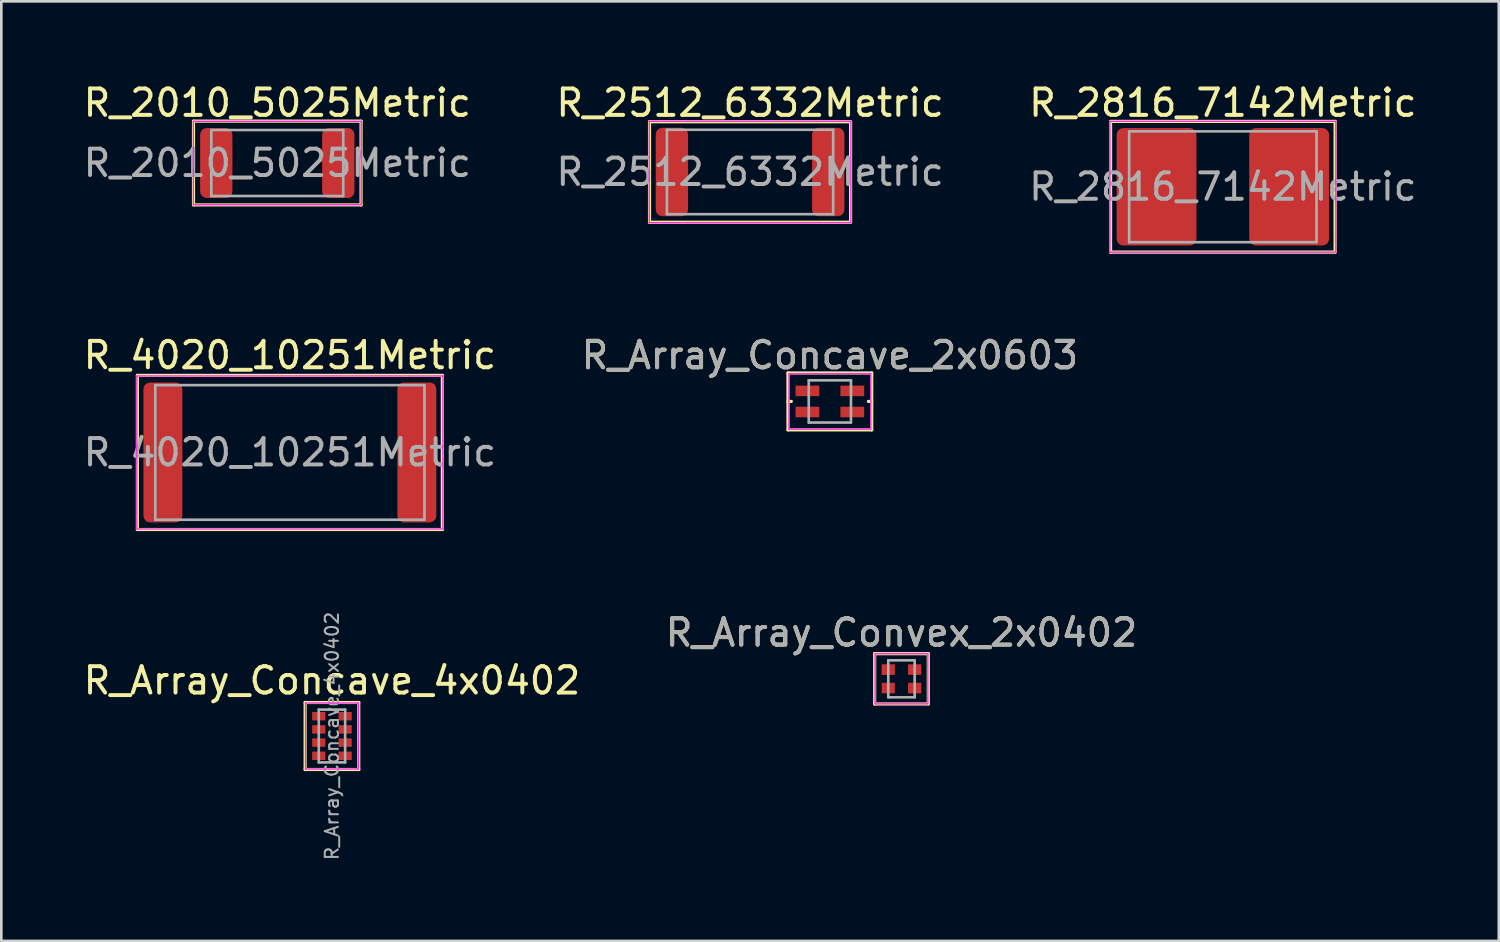
<source format=kicad_pcb>
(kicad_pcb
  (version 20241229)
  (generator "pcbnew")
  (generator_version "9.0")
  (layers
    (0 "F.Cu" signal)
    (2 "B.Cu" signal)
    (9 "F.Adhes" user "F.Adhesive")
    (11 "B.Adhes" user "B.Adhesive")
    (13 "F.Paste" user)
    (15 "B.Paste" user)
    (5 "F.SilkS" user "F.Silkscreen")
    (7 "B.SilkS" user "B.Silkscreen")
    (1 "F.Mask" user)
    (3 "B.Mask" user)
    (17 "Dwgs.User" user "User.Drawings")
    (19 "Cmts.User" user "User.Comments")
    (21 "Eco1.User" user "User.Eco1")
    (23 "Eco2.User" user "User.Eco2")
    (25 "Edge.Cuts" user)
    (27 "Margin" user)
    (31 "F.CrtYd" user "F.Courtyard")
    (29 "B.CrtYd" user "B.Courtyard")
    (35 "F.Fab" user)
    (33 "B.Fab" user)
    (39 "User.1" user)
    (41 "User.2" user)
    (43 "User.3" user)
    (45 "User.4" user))
  (footprint "R_4020_10251Metric"
    (layer "F.Cu")
    (at 7.935 14.096)
    (property "Reference" "R_4020_10251Metric" (at 0 -3.683 0) (layer "F.SilkS") (effects (font (size 1 1) (thickness 0.15))))
    (attr smd)
    (fp_line (start -5.779 -2.921) (end -5.779 2.921) (stroke (width 0.12) (type solid)) (layer "F.SilkS"))
    (fp_line (start -5.779 2.921) (end 5.779 2.921) (stroke (width 0.12) (type solid)) (layer "F.SilkS"))
    (fp_line (start 5.779 -2.921) (end -5.779 -2.921) (stroke (width 0.12) (type solid)) (layer "F.SilkS"))
    (fp_line (start 5.779 2.921) (end 5.779 -2.921) (stroke (width 0.12) (type solid)) (layer "F.SilkS"))
    (fp_line (start -5.8 -2.9) (end 5.8 -2.9) (stroke (width 0.05) (type solid)) (layer "F.CrtYd"))
    (fp_line (start -5.8 2.9) (end -5.8 -2.9) (stroke (width 0.05) (type solid)) (layer "F.CrtYd"))
    (fp_line (start 5.8 -2.9) (end 5.8 2.9) (stroke (width 0.05) (type solid)) (layer "F.CrtYd"))
    (fp_line (start 5.8 2.9) (end -5.8 2.9) (stroke (width 0.05) (type solid)) (layer "F.CrtYd"))
    (fp_line (start -5.1 -2.55) (end 5.1 -2.55) (stroke (width 0.1) (type solid)) (layer "F.Fab"))
    (fp_line (start -5.1 2.55) (end -5.1 -2.55) (stroke (width 0.1) (type solid)) (layer "F.Fab"))
    (fp_line (start 5.1 -2.55) (end 5.1 2.55) (stroke (width 0.1) (type solid)) (layer "F.Fab"))
    (fp_line (start 5.1 2.55) (end -5.1 2.55) (stroke (width 0.1) (type solid)) (layer "F.Fab"))
    (fp_text user "${REFERENCE}" (at 0 0 0) (layer "F.Fab") (effects (font (size 1 1) (thickness 0.15))))
    (pad "1" smd roundrect (at -4.812 0) (size 1.475 5.3) (layers "F.Cu" "F.Mask" "F.Paste") (roundrect_rratio 0.169))
    (pad "2" smd roundrect (at 4.812 0) (size 1.475 5.3) (layers "F.Cu" "F.Mask" "F.Paste") (roundrect_rratio 0.169)))
  (footprint "R_Array_Concave_2x0603"
    (layer "F.Cu")
    (at 28.399 12.163)
    (property "Reference" "R_Array_Concave_2x0603" (at 0 -1.75 0) (layer "F.SilkS") (effects (font (size 1 1) (thickness 0.15))))
    (attr smd)
    (fp_line (start -1.587 -1.079) (end -1.587 1.079) (stroke (width 0.12) (type solid)) (layer "F.SilkS"))
    (fp_line (start -1.587 0) (end -1.46 0) (stroke (width 0.12) (type solid)) (layer "F.SilkS"))
    (fp_line (start -1.587 1.079) (end 1.587 1.079) (stroke (width 0.12) (type solid)) (layer "F.SilkS"))
    (fp_line (start 1.587 -1.079) (end -1.587 -1.079) (stroke (width 0.12) (type solid)) (layer "F.SilkS"))
    (fp_line (start 1.587 0) (end 1.46 0) (stroke (width 0.12) (type solid)) (layer "F.SilkS"))
    (fp_line (start 1.587 1.079) (end 1.587 -1.079) (stroke (width 0.12) (type solid)) (layer "F.SilkS"))
    (fp_line (start -1.55 -1.05) (end -1.55 1.05) (stroke (width 0.05) (type solid)) (layer "F.CrtYd"))
    (fp_line (start -1.55 -1.05) (end 1.55 -1.05) (stroke (width 0.05) (type solid)) (layer "F.CrtYd"))
    (fp_line (start 1.55 1.05) (end -1.55 1.05) (stroke (width 0.05) (type solid)) (layer "F.CrtYd"))
    (fp_line (start 1.55 1.05) (end 1.55 -1.05) (stroke (width 0.05) (type solid)) (layer "F.CrtYd"))
    (fp_line (start -0.8 -0.8) (end 0.8 -0.8) (stroke (width 0.1) (type solid)) (layer "F.Fab"))
    (fp_line (start -0.8 0.8) (end -0.8 -0.8) (stroke (width 0.1) (type solid)) (layer "F.Fab"))
    (fp_line (start 0.8 -0.8) (end 0.8 0.8) (stroke (width 0.1) (type solid)) (layer "F.Fab"))
    (fp_line (start 0.8 0.8) (end -0.8 0.8) (stroke (width 0.1) (type solid)) (layer "F.Fab"))
    (fp_text user "${REFERENCE}" (at 0 -1.75 0) (layer "F.Fab") (effects (font (size 1 1) (thickness 0.15))))
    (pad "1" smd rect (at -0.85 -0.4) (size 0.9 0.4) (layers "F.Cu" "F.Mask" "F.Paste"))
    (pad "2" smd rect (at -0.85 0.4) (size 0.9 0.4) (layers "F.Cu" "F.Mask" "F.Paste"))
    (pad "3" smd rect (at 0.85 0.4) (size 0.9 0.4) (layers "F.Cu" "F.Mask" "F.Paste"))
    (pad "4" smd rect (at 0.85 -0.4) (size 0.9 0.4) (layers "F.Cu" "F.Mask" "F.Paste")))
  (footprint "R_2816_7142Metric"
    (layer "F.Cu")
    (at 43.292 4.028)
    (property "Reference" "R_2816_7142Metric" (at 0 -3.18 0) (layer "F.SilkS") (effects (font (size 1 1) (thickness 0.15))))
    (attr smd)
    (fp_line (start -4.255 -2.477) (end -4.255 2.477) (stroke (width 0.12) (type solid)) (layer "F.SilkS"))
    (fp_line (start -4.255 2.477) (end 4.255 2.477) (stroke (width 0.12) (type solid)) (layer "F.SilkS"))
    (fp_line (start 4.255 -2.477) (end -4.255 -2.477) (stroke (width 0.12) (type solid)) (layer "F.SilkS"))
    (fp_line (start 4.255 2.477) (end 4.255 -2.477) (stroke (width 0.12) (type solid)) (layer "F.SilkS"))
    (fp_line (start -4.28 -2.48) (end 4.28 -2.48) (stroke (width 0.05) (type solid)) (layer "F.CrtYd"))
    (fp_line (start -4.28 2.48) (end -4.28 -2.48) (stroke (width 0.05) (type solid)) (layer "F.CrtYd"))
    (fp_line (start 4.28 -2.48) (end 4.28 2.48) (stroke (width 0.05) (type solid)) (layer "F.CrtYd"))
    (fp_line (start 4.28 2.48) (end -4.28 2.48) (stroke (width 0.05) (type solid)) (layer "F.CrtYd"))
    (fp_line (start -3.55 -2.1) (end 3.55 -2.1) (stroke (width 0.1) (type solid)) (layer "F.Fab"))
    (fp_line (start -3.55 2.1) (end -3.55 -2.1) (stroke (width 0.1) (type solid)) (layer "F.Fab"))
    (fp_line (start 3.55 -2.1) (end 3.55 2.1) (stroke (width 0.1) (type solid)) (layer "F.Fab"))
    (fp_line (start 3.55 2.1) (end -3.55 2.1) (stroke (width 0.1) (type solid)) (layer "F.Fab"))
    (fp_text user "${REFERENCE}" (at 0 0 0) (layer "F.Fab") (effects (font (size 1 1) (thickness 0.15))))
    (pad "1" smd roundrect (at -2.513 0) (size 3.025 4.45) (layers "F.Cu" "F.Mask" "F.Paste") (roundrect_rratio 0.083))
    (pad "2" smd roundrect (at 2.513 0) (size 3.025 4.45) (layers "F.Cu" "F.Mask" "F.Paste") (roundrect_rratio 0.083)))
  (footprint "R_Array_Convex_2x0402"
    (layer "F.Cu")
    (at 31.113 22.675)
    (property "Reference" "R_Array_Convex_2x0402" (at 0 -1.75 0) (layer "F.SilkS") (effects (font (size 1 1) (thickness 0.15))))
    (attr smd)
    (fp_line (start -1.016 -0.953) (end -1.016 0.953) (stroke (width 0.12) (type solid)) (layer "F.SilkS"))
    (fp_line (start -1.016 0.953) (end 1.016 0.953) (stroke (width 0.12) (type solid)) (layer "F.SilkS"))
    (fp_line (start 1.016 -0.953) (end -1.016 -0.953) (stroke (width 0.12) (type solid)) (layer "F.SilkS"))
    (fp_line (start 1.016 0.953) (end 1.016 -0.953) (stroke (width 0.12) (type solid)) (layer "F.SilkS"))
    (fp_line (start -1 -0.95) (end -1 0.95) (stroke (width 0.05) (type solid)) (layer "F.CrtYd"))
    (fp_line (start -1 -0.95) (end 1 -0.95) (stroke (width 0.05) (type solid)) (layer "F.CrtYd"))
    (fp_line (start 1 0.95) (end -1 0.95) (stroke (width 0.05) (type solid)) (layer "F.CrtYd"))
    (fp_line (start 1 0.95) (end 1 -0.95) (stroke (width 0.05) (type solid)) (layer "F.CrtYd"))
    (fp_line (start -0.5 -0.7) (end -0.5 0.7) (stroke (width 0.1) (type solid)) (layer "F.Fab"))
    (fp_line (start -0.5 0.7) (end 0.5 0.7) (stroke (width 0.1) (type solid)) (layer "F.Fab"))
    (fp_line (start 0.5 -0.7) (end -0.5 -0.7) (stroke (width 0.1) (type solid)) (layer "F.Fab"))
    (fp_line (start 0.5 0.7) (end 0.5 -0.7) (stroke (width 0.1) (type solid)) (layer "F.Fab"))
    (fp_text user "${REFERENCE}" (at 0 -1.75 0) (layer "F.Fab") (effects (font (size 1 1) (thickness 0.15))))
    (pad "1" smd rect (at -0.5 -0.35) (size 0.5 0.4) (layers "F.Cu" "F.Mask" "F.Paste"))
    (pad "2" smd rect (at -0.5 0.35) (size 0.5 0.4) (layers "F.Cu" "F.Mask" "F.Paste"))
    (pad "3" smd rect (at 0.5 0.35) (size 0.5 0.4) (layers "F.Cu" "F.Mask" "F.Paste"))
    (pad "4" smd rect (at 0.5 -0.35) (size 0.5 0.4) (layers "F.Cu" "F.Mask" "F.Paste")))
  (footprint "R_2010_5025Metric"
    (layer "F.Cu")
    (at 7.458 3.128)
    (property "Reference" "R_2010_5025Metric" (at 0 -2.28 0) (layer "F.SilkS") (effects (font (size 1 1) (thickness 0.15))))
    (attr smd)
    (fp_line (start -3.175 -1.587) (end -3.175 1.587) (stroke (width 0.12) (type solid)) (layer "F.SilkS"))
    (fp_line (start -3.175 1.587) (end 3.175 1.587) (stroke (width 0.12) (type solid)) (layer "F.SilkS"))
    (fp_line (start 3.175 -1.587) (end -3.175 -1.587) (stroke (width 0.12) (type solid)) (layer "F.SilkS"))
    (fp_line (start 3.175 1.587) (end 3.175 -1.587) (stroke (width 0.12) (type solid)) (layer "F.SilkS"))
    (fp_line (start -3.18 -1.58) (end 3.18 -1.58) (stroke (width 0.05) (type solid)) (layer "F.CrtYd"))
    (fp_line (start -3.18 1.58) (end -3.18 -1.58) (stroke (width 0.05) (type solid)) (layer "F.CrtYd"))
    (fp_line (start 3.18 -1.58) (end 3.18 1.58) (stroke (width 0.05) (type solid)) (layer "F.CrtYd"))
    (fp_line (start 3.18 1.58) (end -3.18 1.58) (stroke (width 0.05) (type solid)) (layer "F.CrtYd"))
    (fp_line (start -2.5 -1.25) (end 2.5 -1.25) (stroke (width 0.1) (type solid)) (layer "F.Fab"))
    (fp_line (start -2.5 1.25) (end -2.5 -1.25) (stroke (width 0.1) (type solid)) (layer "F.Fab"))
    (fp_line (start 2.5 -1.25) (end 2.5 1.25) (stroke (width 0.1) (type solid)) (layer "F.Fab"))
    (fp_line (start 2.5 1.25) (end -2.5 1.25) (stroke (width 0.1) (type solid)) (layer "F.Fab"))
    (fp_text user "${REFERENCE}" (at 0 0 0) (layer "F.Fab") (effects (font (size 1 1) (thickness 0.15))))
    (pad "1" smd roundrect (at -2.312 0) (size 1.225 2.65) (layers "F.Cu" "F.Mask" "F.Paste") (roundrect_rratio 0.204))
    (pad "2" smd roundrect (at 2.312 0) (size 1.225 2.65) (layers "F.Cu" "F.Mask" "F.Paste") (roundrect_rratio 0.204)))
  (footprint "R_Array_Concave_4x0402"
    (layer "F.Cu")
    (at 9.53 24.842)
    (property "Reference" "R_Array_Concave_4x0402" (at 0 -2.1 0) (layer "F.SilkS") (effects (font (size 1 1) (thickness 0.15))))
    (attr smd)
    (fp_line (start -1.016 -1.27) (end -1.016 1.27) (stroke (width 0.12) (type solid)) (layer "F.SilkS"))
    (fp_line (start -1.016 1.27) (end 1.016 1.27) (stroke (width 0.12) (type solid)) (layer "F.SilkS"))
    (fp_line (start 1.016 -1.27) (end -1.016 -1.27) (stroke (width 0.12) (type solid)) (layer "F.SilkS"))
    (fp_line (start 1.016 1.27) (end 1.016 -1.27) (stroke (width 0.12) (type solid)) (layer "F.SilkS"))
    (fp_line (start -1 -1.25) (end -1 1.25) (stroke (width 0.05) (type solid)) (layer "F.CrtYd"))
    (fp_line (start -1 -1.25) (end 1 -1.25) (stroke (width 0.05) (type solid)) (layer "F.CrtYd"))
    (fp_line (start 1 1.25) (end -1 1.25) (stroke (width 0.05) (type solid)) (layer "F.CrtYd"))
    (fp_line (start 1 1.25) (end 1 -1.25) (stroke (width 0.05) (type solid)) (layer "F.CrtYd"))
    (fp_line (start -0.5 -1) (end 0.5 -1) (stroke (width 0.1) (type solid)) (layer "F.Fab"))
    (fp_line (start -0.5 1) (end -0.5 -1) (stroke (width 0.1) (type solid)) (layer "F.Fab"))
    (fp_line (start 0.5 -1) (end 0.5 1) (stroke (width 0.1) (type solid)) (layer "F.Fab"))
    (fp_line (start 0.5 1) (end -0.5 1) (stroke (width 0.1) (type solid)) (layer "F.Fab"))
    (fp_text user "${REFERENCE}" (at 0 0 90) (layer "F.Fab") (effects (font (size 0.5 0.5) (thickness 0.075))))
    (pad "1" smd rect (at -0.5 -0.75) (size 0.5 0.32) (layers "F.Cu" "F.Mask" "F.Paste"))
    (pad "2" smd rect (at -0.5 -0.25) (size 0.5 0.32) (layers "F.Cu" "F.Mask" "F.Paste"))
    (pad "3" smd rect (at -0.5 0.25) (size 0.5 0.32) (layers "F.Cu" "F.Mask" "F.Paste"))
    (pad "4" smd rect (at -0.5 0.75) (size 0.5 0.32) (layers "F.Cu" "F.Mask" "F.Paste"))
    (pad "5" smd rect (at 0.5 0.75) (size 0.5 0.32) (layers "F.Cu" "F.Mask" "F.Paste"))
    (pad "6" smd rect (at 0.5 0.25) (size 0.5 0.32) (layers "F.Cu" "F.Mask" "F.Paste"))
    (pad "7" smd rect (at 0.5 -0.25) (size 0.5 0.32) (layers "F.Cu" "F.Mask" "F.Paste"))
    (pad "8" smd rect (at 0.5 -0.75) (size 0.5 0.32) (layers "F.Cu" "F.Mask" "F.Paste")))
  (footprint "R_2512_6332Metric"
    (layer "F.Cu")
    (at 25.375 3.468)
    (property "Reference" "R_2512_6332Metric" (at 0 -2.62 0) (layer "F.SilkS") (effects (font (size 1 1) (thickness 0.15))))
    (attr smd)
    (fp_line (start -3.81 -1.905) (end -3.81 1.905) (stroke (width 0.12) (type solid)) (layer "F.SilkS"))
    (fp_line (start -3.81 1.905) (end 3.81 1.905) (stroke (width 0.12) (type solid)) (layer "F.SilkS"))
    (fp_line (start 3.81 -1.905) (end -3.81 -1.905) (stroke (width 0.12) (type solid)) (layer "F.SilkS"))
    (fp_line (start 3.81 1.905) (end 3.81 -1.905) (stroke (width 0.12) (type solid)) (layer "F.SilkS"))
    (fp_line (start -3.82 -1.92) (end 3.82 -1.92) (stroke (width 0.05) (type solid)) (layer "F.CrtYd"))
    (fp_line (start -3.82 1.92) (end -3.82 -1.92) (stroke (width 0.05) (type solid)) (layer "F.CrtYd"))
    (fp_line (start 3.82 -1.92) (end 3.82 1.92) (stroke (width 0.05) (type solid)) (layer "F.CrtYd"))
    (fp_line (start 3.82 1.92) (end -3.82 1.92) (stroke (width 0.05) (type solid)) (layer "F.CrtYd"))
    (fp_line (start -3.15 -1.6) (end 3.15 -1.6) (stroke (width 0.1) (type solid)) (layer "F.Fab"))
    (fp_line (start -3.15 1.6) (end -3.15 -1.6) (stroke (width 0.1) (type solid)) (layer "F.Fab"))
    (fp_line (start 3.15 -1.6) (end 3.15 1.6) (stroke (width 0.1) (type solid)) (layer "F.Fab"))
    (fp_line (start 3.15 1.6) (end -3.15 1.6) (stroke (width 0.1) (type solid)) (layer "F.Fab"))
    (fp_text user "${REFERENCE}" (at 0 0 0) (layer "F.Fab") (effects (font (size 1 1) (thickness 0.15))))
    (pad "1" smd roundrect (at -2.962 0) (size 1.225 3.35) (layers "F.Cu" "F.Mask" "F.Paste") (roundrect_rratio 0.204))
    (pad "2" smd roundrect (at 2.962 0) (size 1.225 3.35) (layers "F.Cu" "F.Mask" "F.Paste") (roundrect_rratio 0.204)))
  (gr_rect
    (start -3 -3)
    (end 53.75 32.607)
    (stroke (width 0.1) (type default))
    (fill no)
    (layer "Edge.Cuts")))
</source>
